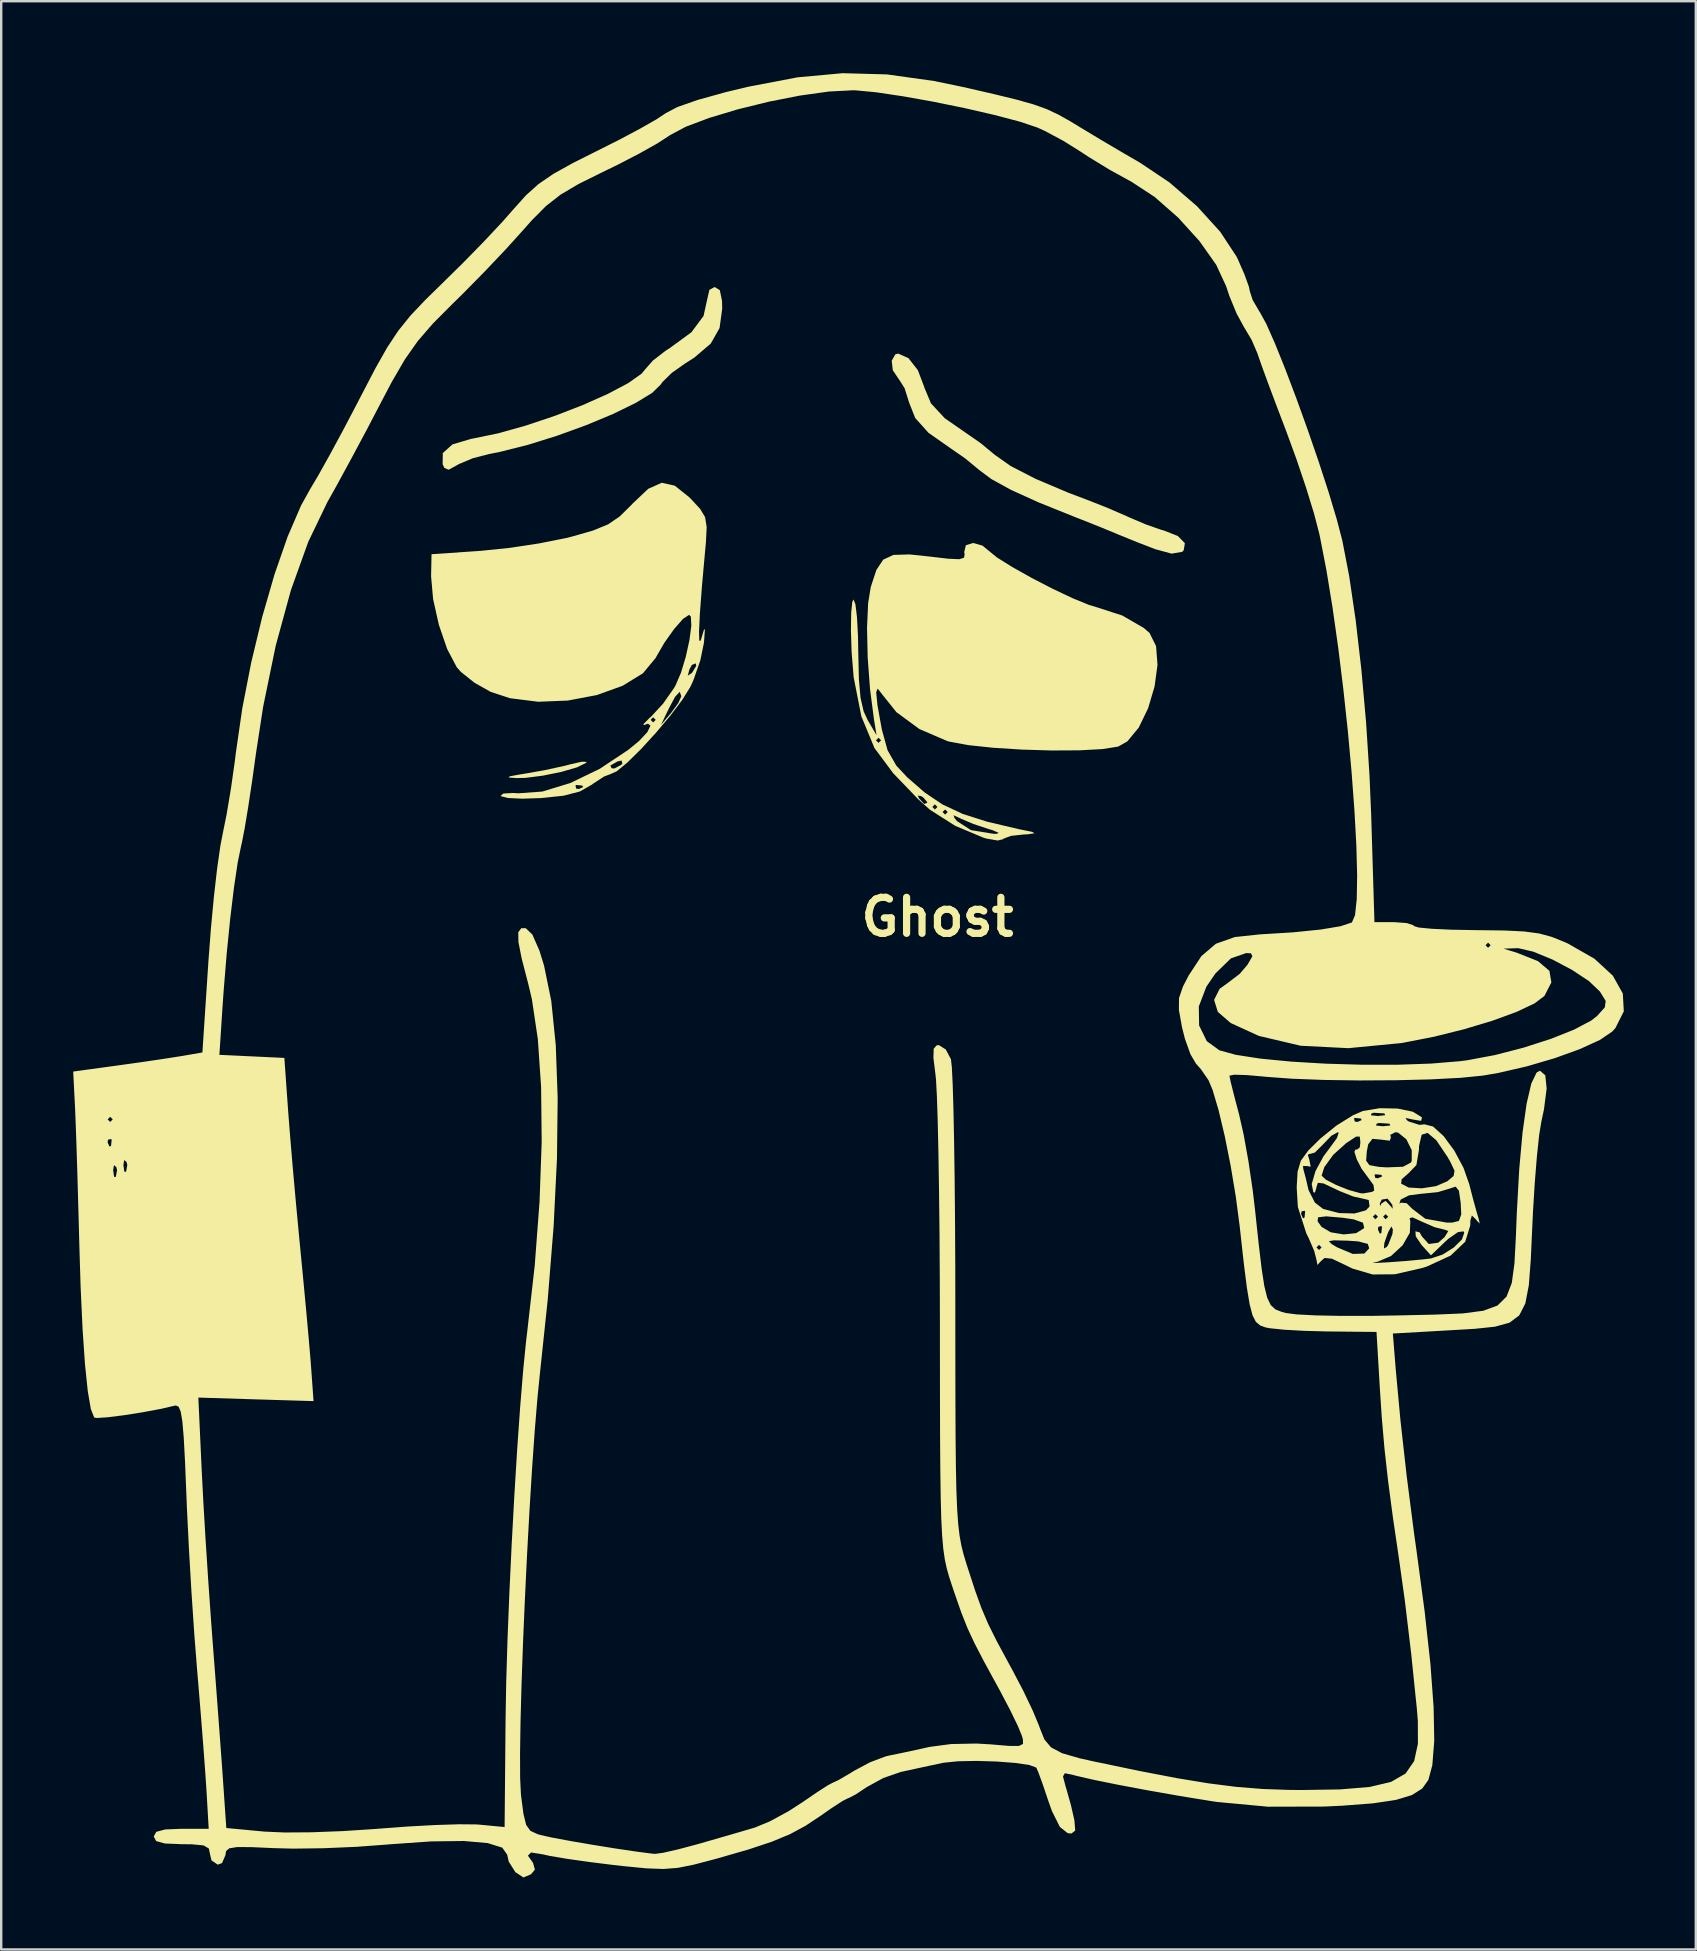
<source format=kicad_pcb>
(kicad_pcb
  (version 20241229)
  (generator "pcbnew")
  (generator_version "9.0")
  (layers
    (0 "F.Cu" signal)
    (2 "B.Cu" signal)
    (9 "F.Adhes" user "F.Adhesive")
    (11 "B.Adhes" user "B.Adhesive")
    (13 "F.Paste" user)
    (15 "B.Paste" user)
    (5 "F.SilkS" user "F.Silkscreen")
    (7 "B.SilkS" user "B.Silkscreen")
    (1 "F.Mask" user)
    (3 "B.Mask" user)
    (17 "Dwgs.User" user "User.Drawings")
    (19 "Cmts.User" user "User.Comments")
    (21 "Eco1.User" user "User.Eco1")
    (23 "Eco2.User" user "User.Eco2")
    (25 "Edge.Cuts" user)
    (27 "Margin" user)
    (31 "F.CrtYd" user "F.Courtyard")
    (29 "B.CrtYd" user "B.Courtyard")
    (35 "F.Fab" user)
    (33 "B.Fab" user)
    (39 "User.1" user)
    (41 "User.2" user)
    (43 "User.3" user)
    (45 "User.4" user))
  (footprint "Ghost"
    (layer "F.Cu")
    (at 36.013 35.163)
    (property "Reference" "Ghost" (at 0 0 0) (layer "F.SilkS") (effects (font (size 1.5 1.5) (thickness 0.3))))
    (attr board_only exclude_from_pos_files exclude_from_bom)
    (fp_poly (pts (xy -14.618 -6.464) (xy -14.639 -6.425) (xy -15.019 -6.238) (xy -15.67 -6.049) (xy -16.44 -5.892) (xy -17.173 -5.799) (xy -17.544 -5.79) (xy -17.869 -5.816) (xy -17.819 -5.865) (xy -17.371 -5.947) (xy -17.182 -5.976) (xy -16.346 -6.124) (xy -15.521 -6.305) (xy -15.28 -6.369) (xy -14.812 -6.474)) (stroke (width 0) (type solid)) (fill yes) (layer "F.SilkS"))
    (fp_poly (pts (xy -9.069 -26.123) (xy -8.977 -25.682) (xy -8.969 -25.347) (xy -9.079 -24.543) (xy -9.445 -23.897) (xy -10.134 -23.309) (xy -10.515 -23.067) (xy -11.066 -22.678) (xy -11.462 -22.292) (xy -11.529 -22.192) (xy -11.885 -21.843) (xy -12.574 -21.423) (xy -13.518 -20.963) (xy -14.635 -20.497) (xy -15.846 -20.057) (xy -17.071 -19.675) (xy -18.23 -19.383) (xy -18.676 -19.296) (xy -19.359 -19.119) (xy -19.936 -18.878) (xy -20.008 -18.835) (xy -20.37 -18.639) (xy -20.548 -18.717) (xy -20.619 -18.87) (xy -20.611 -19.336) (xy -20.208 -19.695) (xy -19.433 -19.926) (xy -19.366 -19.937) (xy -18.318 -20.153) (xy -17.149 -20.48) (xy -15.939 -20.886) (xy -14.77 -21.338) (xy -13.725 -21.804) (xy -12.883 -22.25) (xy -12.328 -22.643) (xy -12.17 -22.833) (xy -11.858 -23.187) (xy -11.338 -23.591) (xy -11.155 -23.707) (xy -10.251 -24.369) (xy -9.746 -25.048) (xy -9.61 -25.667) (xy -9.503 -26.135) (xy -9.285 -26.254)) (stroke (width 0) (type solid)) (fill yes) (layer "F.SilkS"))
    (fp_poly (pts (xy -1.206 -23.287) (xy -0.816 -22.787) (xy -0.553 -22.097) (xy -0.546 -22.065) (xy -0.269 -21.403) (xy 0.305 -20.785) (xy 1.174 -20.182) (xy 1.801 -19.748) (xy 2.388 -19.262) (xy 3.049 -18.795) (xy 4.088 -18.26) (xy 5.464 -17.677) (xy 6.297 -17.362) (xy 7.079 -17.054) (xy 7.89 -16.702) (xy 8.004 -16.649) (xy 8.684 -16.36) (xy 9.31 -16.141) (xy 9.436 -16.107) (xy 10.017 -15.878) (xy 10.311 -15.578) (xy 10.26 -15.278) (xy 10.195 -15.217) (xy 9.757 -15.143) (xy 9.071 -15.33) (xy 8.31 -15.625) (xy 7.562 -15.929) (xy 7.471 -15.968) (xy 6.787 -16.25) (xy 5.992 -16.566) (xy 5.763 -16.655) (xy 4.229 -17.272) (xy 3.069 -17.798) (xy 2.245 -18.251) (xy 1.748 -18.622) (xy 1.149 -19.116) (xy 0.534 -19.542) (xy -0.374 -20.178) (xy -0.927 -20.795) (xy -1.191 -21.465) (xy -1.193 -21.478) (xy -1.37 -22.04) (xy -1.615 -22.423) (xy -1.623 -22.43) (xy -1.861 -22.787) (xy -1.905 -23.184) (xy -1.754 -23.449) (xy -1.634 -23.479)) (stroke (width 0) (type solid)) (fill yes) (layer "F.SilkS"))
    (fp_poly (pts (xy 1.878 -15.477) (xy 2.127 -15.271) (xy 2.48 -14.984) (xy 3.117 -14.585) (xy 3.928 -14.13) (xy 4.804 -13.677) (xy 5.638 -13.283) (xy 6.319 -13.005) (xy 6.617 -12.916) (xy 7.704 -12.564) (xy 8.595 -12.048) (xy 8.838 -11.836) (xy 9.11 -11.291) (xy 9.17 -10.51) (xy 9.048 -9.608) (xy 8.778 -8.699) (xy 8.39 -7.898) (xy 7.915 -7.32) (xy 7.529 -7.102) (xy 6.873 -6.999) (xy 5.908 -6.947) (xy 4.75 -6.941) (xy 3.515 -6.978) (xy 2.318 -7.054) (xy 1.274 -7.165) (xy 0.499 -7.309) (xy 0.405 -7.335) (xy -0.753 -7.834) (xy -1.71 -8.538) (xy -2.308 -9.285) (xy -2.489 -9.52) (xy -2.553 -9.369) (xy -2.499 -8.823) (xy -2.328 -7.875) (xy -2.316 -7.814) (xy -2.079 -6.951) (xy -1.713 -6.31) (xy -1.269 -5.833) (xy -0.529 -5.188) (xy 0.211 -4.691) (xy 1.048 -4.299) (xy 2.081 -3.97) (xy 3.407 -3.659) (xy 3.949 -3.549) (xy 4.044 -3.491) (xy 3.769 -3.448) (xy 3.593 -3.44) (xy 3.063 -3.382) (xy 2.759 -3.269) (xy 2.739 -3.244) (xy 2.512 -3.189) (xy 2.042 -3.27) (xy 1.921 -3.306) (xy 0.744 -3.799) (xy 0.046 -4.243) (xy 0.672 -4.243) (xy 0.709 -4.129) (xy 0.816 -3.996) (xy 1.396 -3.622) (xy 2.338 -3.469) (xy 2.455 -3.466) (xy 2.557 -3.507) (xy 2.297 -3.62) (xy 2.134 -3.668) (xy 1.5 -3.877) (xy 0.982 -4.097) (xy 0.961 -4.108) (xy 0.672 -4.243) (xy 0.046 -4.243) (xy -0.162 -4.376) (xy 0.213 -4.376) (xy 0.32 -4.269) (xy 0.427 -4.376) (xy 0.32 -4.482) (xy 0.213 -4.376) (xy -0.162 -4.376) (xy -0.309 -4.469) (xy -0.444 -4.589) (xy -0.213 -4.589) (xy -0.107 -4.482) (xy 0 -4.589) (xy -0.107 -4.696) (xy -0.213 -4.589) (xy -0.444 -4.589) (xy -0.803 -4.909) (xy -0.949 -5.062) (xy -0.819 -5.062) (xy -0.767 -4.942) (xy -0.553 -4.713) (xy -0.429 -4.76) (xy -0.427 -4.79) (xy -0.578 -4.97) (xy -0.673 -5.036) (xy -0.819 -5.062) (xy -0.949 -5.062) (xy -1.335 -5.464) (xy -1.84 -5.988) (xy -2.626 -7.045) (xy -2.757 -7.364) (xy -2.561 -7.364) (xy -2.455 -7.257) (xy -2.348 -7.364) (xy -2.455 -7.471) (xy -2.561 -7.364) (xy -2.757 -7.364) (xy -3.171 -8.364) (xy -3.491 -9.989) (xy -3.577 -11.046) (xy -3.605 -11.953) (xy -3.594 -12.676) (xy -3.549 -13.127) (xy -3.496 -13.233) (xy -3.418 -13.033) (xy -3.353 -12.497) (xy -3.311 -11.712) (xy -3.299 -11.045) (xy -3.274 -9.922) (xy -3.205 -9.13) (xy -3.076 -8.574) (xy -2.913 -8.218) (xy -2.538 -7.577) (xy -2.647 -8.252) (xy -2.811 -9.519) (xy -2.907 -10.822) (xy -2.934 -12.046) (xy -2.889 -13.075) (xy -2.778 -13.755) (xy -2.544 -14.463) (xy -2.26 -14.892) (xy -1.832 -15.09) (xy -1.162 -15.11) (xy -0.344 -15.024) (xy 0.453 -14.931) (xy 0.91 -14.911) (xy 1.109 -14.973) (xy 1.133 -15.128) (xy 1.116 -15.204) (xy 1.183 -15.493) (xy 1.487 -15.588)) (stroke (width 0) (type solid)) (fill yes) (layer "F.SilkS"))
    (fp_poly (pts (xy -10.945 -17.975) (xy -10.337 -17.489) (xy -10.258 -17.408) (xy -9.884 -17.002) (xy -9.682 -16.664) (xy -9.616 -16.251) (xy -9.647 -15.622) (xy -9.684 -15.221) (xy -9.814 -13.775) (xy -9.898 -12.662) (xy -9.935 -11.9) (xy -9.924 -11.513) (xy -9.866 -11.52) (xy -9.83 -11.633) (xy -9.725 -11.988) (xy -9.691 -11.975) (xy -9.719 -11.569) (xy -9.732 -11.419) (xy -9.881 -10.695) (xy -10.164 -9.882) (xy -10.294 -9.596) (xy -10.628 -9.056) (xy -11.132 -8.389) (xy -11.732 -7.676) (xy -12.354 -6.997) (xy -12.925 -6.435) (xy -13.369 -6.071) (xy -13.578 -5.977) (xy -13.895 -5.854) (xy -14.351 -5.555) (xy -14.402 -5.516) (xy -14.899 -5.232) (xy -15.585 -5.055) (xy -16.536 -4.956) (xy -17.307 -4.932) (xy -17.898 -4.961) (xy -18.193 -5.036) (xy -18.203 -5.047) (xy -18.093 -5.147) (xy -17.676 -5.17) (xy -17.471 -5.156) (xy -16.465 -5.229) (xy -15.647 -5.478) (xy -15.083 -5.478) (xy -15.054 -5.352) (xy -14.941 -5.336) (xy -14.765 -5.414) (xy -14.799 -5.478) (xy -15.052 -5.504) (xy -15.083 -5.478) (xy -15.647 -5.478) (xy -15.294 -5.586) (xy -14.063 -6.182) (xy -13.867 -6.313) (xy -13.63 -6.313) (xy -13.579 -6.201) (xy -13.46 -6.19) (xy -13.17 -6.345) (xy -13.128 -6.401) (xy -13.163 -6.522) (xy -13.329 -6.485) (xy -13.63 -6.313) (xy -13.867 -6.313) (xy -12.879 -6.97) (xy -12.433 -7.337) (xy -12.09 -7.704) (xy -11.957 -7.974) (xy -11.995 -8.004) (xy -11.522 -8.004) (xy -11.097 -8.508) (xy -10.796 -8.921) (xy -10.672 -9.202) (xy -10.739 -9.386) (xy -10.933 -9.176) (xy -11.188 -8.698) (xy -11.522 -8.004) (xy -11.995 -8.004) (xy -12.063 -8.059) (xy -12.22 -8.001) (xy -12.259 -8.03) (xy -12.075 -8.218) (xy -11.953 -8.218) (xy -11.846 -8.111) (xy -11.739 -8.218) (xy -11.846 -8.324) (xy -11.953 -8.218) (xy -12.075 -8.218) (xy -12.025 -8.269) (xy -11.92 -8.362) (xy -11.436 -8.888) (xy -10.978 -9.54) (xy -10.915 -9.65) (xy -10.739 -10.059) (xy -10.403 -10.059) (xy -10.247 -10.161) (xy -10.219 -10.188) (xy -10.05 -10.468) (xy -10.073 -10.571) (xy -10.232 -10.507) (xy -10.338 -10.308) (xy -10.403 -10.059) (xy -10.739 -10.059) (xy -10.685 -10.184) (xy -10.484 -10.855) (xy -10.333 -11.545) (xy -10.256 -12.139) (xy -10.275 -12.518) (xy -10.347 -12.593) (xy -10.601 -12.426) (xy -10.974 -12) (xy -11.379 -11.429) (xy -11.726 -10.828) (xy -11.74 -10.799) (xy -12.272 -10.157) (xy -13.124 -9.634) (xy -14.199 -9.249) (xy -15.402 -9.021) (xy -16.637 -8.971) (xy -17.809 -9.118) (xy -18.612 -9.381) (xy -19.293 -9.764) (xy -19.861 -10.218) (xy -20.033 -10.415) (xy -20.432 -11.174) (xy -20.776 -12.178) (xy -21.016 -13.249) (xy -21.1 -14.204) (xy -21.099 -14.229) (xy -21.081 -15.119) (xy -19.025 -15.26) (xy -17.862 -15.379) (xy -16.61 -15.567) (xy -15.497 -15.788) (xy -15.261 -15.846) (xy -14.353 -16.105) (xy -13.725 -16.363) (xy -13.239 -16.693) (xy -12.757 -17.17) (xy -12.715 -17.217) (xy -12.051 -17.845) (xy -11.489 -18.096)) (stroke (width 0) (type solid)) (fill yes) (layer "F.SilkS"))
    (fp_poly (pts (xy 19.176 7.98) (xy 19.81 8.112) (xy 20.182 8.343) (xy 20.19 8.356) (xy 20.154 8.492) (xy 19.824 8.44) (xy 19.506 8.371) (xy 19.56 8.463) (xy 19.637 8.519) (xy 20.086 8.66) (xy 20.293 8.637) (xy 20.652 8.729) (xy 21.09 9.126) (xy 21.538 9.733) (xy 21.923 10.455) (xy 22.158 11.125) (xy 22.334 11.806) (xy 22.49 12.365) (xy 22.535 12.512) (xy 22.6 12.771) (xy 22.48 12.655) (xy 22.435 12.593) (xy 22.27 12.437) (xy 22.208 12.638) (xy 22.202 12.852) (xy 21.992 13.531) (xy 21.384 14.107) (xy 20.397 14.562) (xy 20.193 14.626) (xy 19.056 14.886) (xy 18.134 14.894) (xy 17.291 14.647) (xy 16.989 14.498) (xy 16.793 14.405) (xy 18.12 14.405) (xy 18.311 14.411) (xy 18.783 14.387) (xy 19.572 14.328) (xy 20.282 14.261) (xy 20.564 14.227) (xy 21.05 14.065) (xy 21.518 13.769) (xy 21.856 13.434) (xy 21.952 13.154) (xy 21.917 13.095) (xy 21.686 13.131) (xy 21.293 13.405) (xy 21.166 13.52) (xy 20.565 14.096) (xy 20.173 13.664) (xy 19.931 13.305) (xy 19.918 13.095) (xy 20.092 13.14) (xy 20.188 13.31) (xy 20.472 13.624) (xy 20.868 13.57) (xy 21.131 13.34) (xy 21.287 13.086) (xy 21.115 13.019) (xy 21.104 13.019) (xy 20.717 12.924) (xy 20.202 12.7) (xy 19.795 12.514) (xy 19.673 12.552) (xy 19.704 12.673) (xy 19.686 13.154) (xy 19.382 13.681) (xy 18.899 14.126) (xy 18.34 14.363) (xy 18.314 14.367) (xy 18.12 14.405) (xy 16.793 14.405) (xy 16.441 14.238) (xy 16.133 14.205) (xy 15.981 14.337) (xy 15.833 14.497) (xy 15.798 14.298) (xy 15.7 13.914) (xy 15.637 13.767) (xy 15.795 13.767) (xy 15.902 13.874) (xy 16.008 13.767) (xy 15.902 13.661) (xy 15.795 13.767) (xy 15.637 13.767) (xy 15.524 13.506) (xy 16.31 13.506) (xy 16.422 13.623) (xy 16.649 13.76) (xy 17.308 14.038) (xy 17.788 14.022) (xy 17.985 13.813) (xy 18.603 13.813) (xy 18.723 13.747) (xy 18.783 13.661) (xy 18.96 13.205) (xy 18.978 13.02) (xy 18.917 12.893) (xy 18.783 13.127) (xy 18.623 13.579) (xy 18.603 13.813) (xy 17.985 13.813) (xy 17.992 13.806) (xy 17.933 13.619) (xy 17.54 13.517) (xy 17.107 13.486) (xy 16.521 13.471) (xy 16.31 13.506) (xy 15.524 13.506) (xy 15.459 13.355) (xy 15.372 13.185) (xy 15.208 12.672) (xy 15.838 12.672) (xy 16.004 12.908) (xy 16.388 13.136) (xy 16.928 13.225) (xy 17.447 13.172) (xy 17.692 13.02) (xy 18.356 13.02) (xy 18.434 13.196) (xy 18.499 13.162) (xy 18.524 12.909) (xy 18.499 12.878) (xy 18.372 12.907) (xy 18.356 13.02) (xy 17.692 13.02) (xy 17.766 12.974) (xy 17.783 12.939) (xy 17.73 12.736) (xy 17.346 12.598) (xy 16.899 12.532) (xy 16.374 12.487) (xy 18.143 12.487) (xy 18.25 12.593) (xy 18.356 12.487) (xy 18.57 12.487) (xy 18.676 12.593) (xy 18.783 12.487) (xy 18.676 12.38) (xy 18.57 12.487) (xy 18.356 12.487) (xy 18.25 12.38) (xy 18.143 12.487) (xy 16.374 12.487) (xy 16.199 12.472) (xy 15.864 12.511) (xy 15.838 12.672) (xy 15.208 12.672) (xy 15.114 12.38) (xy 15.155 12.38) (xy 15.233 12.556) (xy 15.297 12.522) (xy 15.322 12.269) (xy 15.297 12.238) (xy 15.17 12.267) (xy 15.155 12.38) (xy 15.114 12.38) (xy 15.019 12.083) (xy 14.97 11.267) (xy 15.007 10.613) (xy 15.078 10.372) (xy 15.232 10.372) (xy 15.246 10.501) (xy 15.355 10.909) (xy 15.463 11.375) (xy 15.726 11.896) (xy 16.068 12.162) (xy 16.734 12.335) (xy 17.378 12.352) (xy 17.854 12.221) (xy 18.007 12.06) (xy 17.991 11.942) (xy 18.431 11.942) (xy 18.445 12.041) (xy 18.505 11.934) (xy 18.674 11.827) (xy 18.825 11.982) (xy 18.974 12.156) (xy 18.954 11.99) (xy 18.919 11.944) (xy 19.249 11.944) (xy 19.317 11.901) (xy 19.554 11.926) (xy 19.78 12.153) (xy 20.329 12.572) (xy 21.213 12.731) (xy 21.453 12.732) (xy 21.73 12.663) (xy 21.827 12.394) (xy 21.804 11.915) (xy 21.729 11.403) (xy 21.593 11.233) (xy 21.337 11.317) (xy 20.855 11.462) (xy 20.226 11.526) (xy 20.197 11.526) (xy 19.654 11.596) (xy 19.314 11.766) (xy 19.295 11.793) (xy 19.249 11.944) (xy 18.919 11.944) (xy 18.758 11.735) (xy 18.514 11.773) (xy 18.431 11.942) (xy 17.991 11.942) (xy 17.971 11.791) (xy 17.754 11.739) (xy 17.331 11.646) (xy 16.747 11.413) (xy 16.587 11.336) (xy 16.086 11.101) (xy 15.854 11.073) (xy 15.795 11.243) (xy 15.795 11.264) (xy 15.731 11.485) (xy 15.663 11.465) (xy 15.596 11.126) (xy 15.698 10.775) (xy 16.008 10.775) (xy 16.187 10.944) (xy 16.618 11.167) (xy 17.145 11.376) (xy 17.611 11.504) (xy 17.734 11.518) (xy 18.109 11.453) (xy 18.201 11.397) (xy 18.17 11.167) (xy 18.129 11.11) (xy 19.323 11.11) (xy 19.639 11.272) (xy 20.182 11.304) (xy 20.777 11.213) (xy 21.248 11.01) (xy 21.25 11.008) (xy 21.508 10.79) (xy 21.547 10.571) (xy 21.368 10.193) (xy 21.254 9.994) (xy 20.788 9.302) (xy 20.423 8.993) (xy 20.178 9.071) (xy 20.068 9.541) (xy 20.064 9.704) (xy 19.958 10.335) (xy 19.631 10.675) (xy 19.343 10.929) (xy 19.323 11.11) (xy 18.129 11.11) (xy 17.937 10.844) (xy 17.862 10.743) (xy 18.214 10.743) (xy 18.243 10.87) (xy 18.356 10.886) (xy 18.532 10.808) (xy 18.499 10.743) (xy 18.245 10.718) (xy 18.214 10.743) (xy 17.862 10.743) (xy 17.675 10.489) (xy 17.502 10.152) (xy 17.863 10.152) (xy 18 10.339) (xy 18.408 10.412) (xy 18.722 10.431) (xy 19.398 10.406) (xy 19.73 10.229) (xy 19.763 10.165) (xy 19.763 9.715) (xy 19.538 9.259) (xy 19.196 8.984) (xy 19.083 8.965) (xy 18.871 9.074) (xy 18.895 9.187) (xy 18.848 9.32) (xy 18.508 9.277) (xy 18.125 9.242) (xy 17.949 9.471) (xy 17.892 9.764) (xy 17.863 10.152) (xy 17.502 10.152) (xy 17.471 10.091) (xy 17.373 9.778) (xy 17.433 9.675) (xy 17.477 9.696) (xy 17.598 9.601) (xy 17.624 9.394) (xy 17.598 9.149) (xy 17.448 9.147) (xy 17.07 9.396) (xy 17.029 9.424) (xy 16.496 9.904) (xy 16.12 10.422) (xy 16.008 10.775) (xy 15.698 10.775) (xy 15.754 10.584) (xy 16.091 9.964) (xy 16.347 9.621) (xy 16.642 9.217) (xy 16.72 8.986) (xy 16.683 8.965) (xy 16.411 9.117) (xy 16.057 9.485) (xy 16.052 9.491) (xy 15.727 9.813) (xy 15.5 9.878) (xy 15.492 9.871) (xy 15.436 9.91) (xy 15.5 10.127) (xy 15.553 10.404) (xy 15.407 10.376) (xy 15.232 10.372) (xy 15.078 10.372) (xy 15.142 10.154) (xy 15.452 9.729) (xy 15.957 9.231) (xy 16.622 8.692) (xy 16.628 8.688) (xy 18.276 8.688) (xy 18.57 8.718) (xy 18.873 8.684) (xy 18.837 8.61) (xy 18.4 8.582) (xy 18.303 8.61) (xy 18.276 8.688) (xy 16.628 8.688) (xy 17.097 8.396) (xy 17.36 8.396) (xy 17.39 8.522) (xy 17.503 8.538) (xy 17.678 8.46) (xy 17.645 8.396) (xy 17.392 8.37) (xy 17.36 8.396) (xy 17.097 8.396) (xy 17.313 8.261) (xy 18.063 8.261) (xy 18.356 8.291) (xy 18.659 8.257) (xy 18.623 8.183) (xy 18.186 8.155) (xy 18.089 8.183) (xy 18.063 8.261) (xy 17.313 8.261) (xy 17.316 8.259) (xy 17.726 8.083) (xy 18.431 7.965)) (stroke (width 0) (type solid)) (fill yes) (layer "F.SilkS"))
    (fp_poly (pts (xy -2.108 -35.113) (xy -0.147 -34.839) (xy 1.067 -34.587) (xy 2.347 -34.294) (xy 3.296 -34.062) (xy 4.003 -33.863) (xy 4.553 -33.666) (xy 5.033 -33.441) (xy 5.531 -33.161) (xy 5.87 -32.955) (xy 6.782 -32.405) (xy 7.791 -31.81) (xy 8.431 -31.44) (xy 9.666 -30.613) (xy 10.817 -29.618) (xy 11.782 -28.557) (xy 12.459 -27.529) (xy 12.509 -27.428) (xy 12.792 -26.783) (xy 12.977 -26.269) (xy 13.018 -26.073) (xy 13.136 -25.711) (xy 13.419 -25.226) (xy 13.439 -25.198) (xy 13.701 -24.721) (xy 14.059 -23.914) (xy 14.485 -22.856) (xy 14.951 -21.628) (xy 15.427 -20.308) (xy 15.886 -18.975) (xy 16.299 -17.708) (xy 16.636 -16.586) (xy 16.871 -15.689) (xy 16.871 -15.688) (xy 17.16 -14.193) (xy 17.428 -12.368) (xy 17.665 -10.31) (xy 17.861 -8.116) (xy 18.005 -5.882) (xy 18.075 -4.216) (xy 18.21 0.213) (xy 19.03 0.213) (xy 19.552 0.25) (xy 19.834 0.342) (xy 19.851 0.374) (xy 20.05 0.436) (xy 20.595 0.489) (xy 21.404 0.527) (xy 22.395 0.545) (xy 22.465 0.546) (xy 23.614 0.56) (xy 24.447 0.601) (xy 25.072 0.684) (xy 25.6 0.827) (xy 26.14 1.045) (xy 26.273 1.105) (xy 27.376 1.736) (xy 28.144 2.443) (xy 28.559 3.187) (xy 28.601 3.928) (xy 28.25 4.628) (xy 28.117 4.773) (xy 27.604 5.121) (xy 26.771 5.502) (xy 25.722 5.881) (xy 24.558 6.223) (xy 23.382 6.494) (xy 22.726 6.607) (xy 21.8 6.699) (xy 20.562 6.764) (xy 19.127 6.8) (xy 17.607 6.809) (xy 16.118 6.788) (xy 14.774 6.737) (xy 13.687 6.657) (xy 13.607 6.648) (xy 12.888 6.585) (xy 12.372 6.57) (xy 12.167 6.608) (xy 12.166 6.61) (xy 12.218 6.862) (xy 12.355 7.411) (xy 12.548 8.145) (xy 12.569 8.222) (xy 12.762 9.076) (xy 12.961 10.189) (xy 13.138 11.392) (xy 13.23 12.166) (xy 13.382 13.581) (xy 13.506 14.631) (xy 13.62 15.373) (xy 13.742 15.867) (xy 13.89 16.171) (xy 14.079 16.346) (xy 14.33 16.448) (xy 14.519 16.5) (xy 14.97 16.558) (xy 15.762 16.599) (xy 16.813 16.62) (xy 18.035 16.62) (xy 19.168 16.601) (xy 20.716 16.567) (xy 21.892 16.517) (xy 22.748 16.405) (xy 23.338 16.187) (xy 23.715 15.816) (xy 23.933 15.246) (xy 24.044 14.432) (xy 24.103 13.328) (xy 24.142 12.324) (xy 24.244 10.495) (xy 24.382 8.969) (xy 24.551 7.774) (xy 24.747 6.935) (xy 24.966 6.481) (xy 25.108 6.403) (xy 25.329 6.594) (xy 25.385 7.145) (xy 25.273 8.02) (xy 25.162 8.538) (xy 25.073 9.089) (xy 24.98 9.965) (xy 24.891 11.064) (xy 24.816 12.283) (xy 24.789 12.859) (xy 24.724 14.289) (xy 24.642 15.35) (xy 24.497 16.101) (xy 24.244 16.599) (xy 23.837 16.903) (xy 23.232 17.07) (xy 22.383 17.159) (xy 21.38 17.218) (xy 18.977 17.355) (xy 19.099 18.87) (xy 19.293 20.967) (xy 19.554 23.297) (xy 19.86 25.675) (xy 19.957 26.361) (xy 20.303 28.948) (xy 20.543 31.131) (xy 20.675 32.919) (xy 20.702 34.319) (xy 20.622 35.342) (xy 20.457 35.955) (xy 20.201 36.315) (xy 19.769 36.588) (xy 19.104 36.789) (xy 18.15 36.932) (xy 16.852 37.031) (xy 16.115 37.066) (xy 13.773 37.072) (xy 11.639 36.873) (xy 11.419 36.84) (xy 10.095 36.624) (xy 8.769 36.391) (xy 7.54 36.16) (xy 6.506 35.95) (xy 5.765 35.779) (xy 5.611 35.737) (xy 5.307 35.677) (xy 5.232 35.812) (xy 5.344 36.241) (xy 5.368 36.316) (xy 5.564 37.01) (xy 5.707 37.641) (xy 5.741 38.066) (xy 5.584 38.19) (xy 5.426 38.173) (xy 5.102 37.915) (xy 4.771 37.253) (xy 4.616 36.818) (xy 4.387 36.138) (xy 4.205 35.638) (xy 4.119 35.442) (xy 3.831 35.334) (xy 3.239 35.248) (xy 2.463 35.189) (xy 1.627 35.164) (xy 0.853 35.179) (xy 0.261 35.239) (xy 0.213 35.248) (xy -0.584 35.419) (xy -1.362 35.588) (xy -1.521 35.622) (xy -2.255 35.876) (xy -2.938 36.25) (xy -2.941 36.252) (xy -3.394 36.553) (xy -3.687 36.707) (xy -3.714 36.713) (xy -3.943 36.828) (xy -4.403 37.125) (xy -4.855 37.441) (xy -5.492 37.865) (xy -6.144 38.217) (xy -6.909 38.534) (xy -7.883 38.857) (xy -9.165 39.226) (xy -9.363 39.28) (xy -10.181 39.494) (xy -10.823 39.621) (xy -11.426 39.667) (xy -12.129 39.641) (xy -13.068 39.549) (xy -13.489 39.502) (xy -14.511 39.375) (xy -15.434 39.244) (xy -16.14 39.125) (xy -16.452 39.056) (xy -16.935 38.979) (xy -17.065 39.112) (xy -16.853 39.411) (xy -16.774 39.694) (xy -16.937 39.888) (xy -17.252 40.02) (xy -17.587 39.8) (xy -17.865 39.358) (xy -17.929 39.07) (xy -18.135 38.778) (xy -18.741 38.588) (xy -19.734 38.501) (xy -21.101 38.518) (xy -22.827 38.639) (xy -22.937 38.649) (xy -24.216 38.744) (xy -25.578 38.802) (xy -26.843 38.819) (xy -27.655 38.798) (xy -28.593 38.756) (xy -29.185 38.754) (xy -29.509 38.806) (xy -29.644 38.922) (xy -29.669 39.09) (xy -29.811 39.42) (xy -29.989 39.487) (xy -30.25 39.309) (xy -30.309 39.061) (xy -30.36 38.814) (xy -30.581 38.685) (xy -31.071 38.638) (xy -31.483 38.634) (xy -32.191 38.605) (xy -32.556 38.504) (xy -32.657 38.313) (xy -32.55 38.118) (xy -32.173 38.019) (xy -31.512 37.993) (xy -30.366 37.993) (xy -30.456 36.446) (xy -30.507 35.684) (xy -30.586 34.615) (xy -30.685 33.356) (xy -30.794 32.023) (xy -30.849 31.376) (xy -30.968 29.862) (xy -31.086 28.106) (xy -31.192 26.293) (xy -31.275 24.608) (xy -31.297 24.062) (xy -31.353 22.696) (xy -31.406 21.702) (xy -31.463 21.025) (xy -31.532 20.611) (xy -31.62 20.405) (xy -31.733 20.353) (xy -31.782 20.361) (xy -32.389 20.5) (xy -33.137 20.639) (xy -33.905 20.76) (xy -34.574 20.844) (xy -35.022 20.874) (xy -35.137 20.857) (xy -35.277 20.504) (xy -35.36 20.024) (xy -30.798 20.024) (xy -30.657 23.086) (xy -30.59 24.365) (xy -30.498 25.918) (xy -30.389 27.596) (xy -30.273 29.247) (xy -30.202 30.203) (xy -30.092 31.631) (xy -29.984 33.059) (xy -29.886 34.375) (xy -29.806 35.467) (xy -29.761 36.109) (xy -29.633 37.96) (xy -28.049 38.109) (xy -27.215 38.146) (xy -26.086 38.138) (xy -24.793 38.089) (xy -23.466 38.003) (xy -23.293 37.989) (xy -22.076 37.898) (xy -20.92 37.835) (xy -19.934 37.804) (xy -19.229 37.81) (xy -19.079 37.82) (xy -18.036 37.92) (xy -17.996 33.421) (xy -17.969 31.864) (xy -17.914 30.075) (xy -17.836 28.131) (xy -17.74 26.112) (xy -17.63 24.096) (xy -17.511 22.163) (xy -17.386 20.39) (xy -17.26 18.858) (xy -17.138 17.644) (xy -17.095 17.289) (xy -16.781 14.522) (xy -16.58 11.863) (xy -16.491 9.368) (xy -16.515 7.092) (xy -16.651 5.09) (xy -16.9 3.419) (xy -17.053 2.775) (xy -17.324 1.731) (xy -17.461 1.036) (xy -17.466 0.633) (xy -17.342 0.466) (xy -17.155 0.465) (xy -16.881 0.727) (xy -16.585 1.4) (xy -16.391 2.028) (xy -16.092 3.492) (xy -15.904 5.339) (xy -15.825 7.538) (xy -15.854 10.06) (xy -15.993 12.874) (xy -16.24 15.95) (xy -16.551 18.89) (xy -16.665 20.006) (xy -16.78 21.398) (xy -16.893 23.001) (xy -17.001 24.754) (xy -17.102 26.592) (xy -17.192 28.453) (xy -17.27 30.272) (xy -17.331 31.988) (xy -17.373 33.537) (xy -17.393 34.856) (xy -17.389 35.881) (xy -17.357 36.549) (xy -17.353 36.591) (xy -17.251 37.372) (xy -17.137 37.833) (xy -16.96 38.078) (xy -16.667 38.214) (xy -16.542 38.251) (xy -16.088 38.353) (xy -15.338 38.493) (xy -14.421 38.651) (xy -13.464 38.806) (xy -12.593 38.936) (xy -11.937 39.022) (xy -11.773 39.038) (xy -11.437 38.993) (xy -10.82 38.853) (xy -10.047 38.648) (xy -9.958 38.623) (xy -9.068 38.367) (xy -8.217 38.12) (xy -7.605 37.94) (xy -6.981 37.681) (xy -6.21 37.262) (xy -5.622 36.884) (xy -5.019 36.471) (xy -4.565 36.179) (xy -4.362 36.072) (xy -4.136 35.969) (xy -3.685 35.707) (xy -3.464 35.57) (xy -2.804 35.219) (xy -2.16 34.976) (xy -2.028 34.944) (xy -1.429 34.821) (xy -0.658 34.654) (xy -0.32 34.579) (xy 0.567 34.461) (xy 1.626 34.44) (xy 2.207 34.473) (xy 2.973 34.538) (xy 3.398 34.54) (xy 3.566 34.456) (xy 3.56 34.263) (xy 3.517 34.113) (xy 3.347 33.7) (xy 3.026 33.039) (xy 2.614 32.254) (xy 2.484 32.017) (xy 1.937 31.016) (xy 1.545 30.26) (xy 1.249 29.623) (xy 0.993 28.979) (xy 0.721 28.2) (xy 0.605 27.855) (xy 0.485 27.486) (xy 0.386 27.136) (xy 0.306 26.762) (xy 0.243 26.321) (xy 0.195 25.767) (xy 0.159 25.059) (xy 0.135 24.153) (xy 0.119 23.004) (xy 0.109 21.57) (xy 0.105 19.808) (xy 0.103 17.672) (xy 0.103 17.076) (xy 0.098 15.075) (xy 0.086 13.165) (xy 0.066 11.397) (xy 0.041 9.823) (xy 0.011 8.493) (xy -0.023 7.46) (xy -0.06 6.774) (xy -0.082 6.563) (xy -0.168 5.864) (xy -0.156 5.489) (xy -0.036 5.348) (xy 0.059 5.336) (xy 0.347 5.518) (xy 0.562 5.923) (xy 0.6 6.255) (xy 0.635 6.967) (xy 0.667 8.013) (xy 0.694 9.346) (xy 0.717 10.921) (xy 0.733 12.69) (xy 0.743 14.608) (xy 0.745 16.008) (xy 0.746 18.27) (xy 0.749 20.148) (xy 0.756 21.685) (xy 0.769 22.926) (xy 0.79 23.912) (xy 0.822 24.688) (xy 0.865 25.297) (xy 0.922 25.781) (xy 0.996 26.184) (xy 1.087 26.55) (xy 1.199 26.922) (xy 1.258 27.108) (xy 1.57 28.064) (xy 1.835 28.801) (xy 2.115 29.456) (xy 2.468 30.167) (xy 2.957 31.073) (xy 3.123 31.376) (xy 3.571 32.231) (xy 3.964 33.052) (xy 4.23 33.69) (xy 4.265 33.792) (xy 4.458 34.271) (xy 4.736 34.601) (xy 5.193 34.843) (xy 5.923 35.054) (xy 6.51 35.185) (xy 8.412 35.581) (xy 9.983 35.883) (xy 11.31 36.101) (xy 12.474 36.248) (xy 13.561 36.334) (xy 14.653 36.372) (xy 15.155 36.377) (xy 16.769 36.352) (xy 18.002 36.25) (xy 18.9 36.039) (xy 19.507 35.69) (xy 19.865 35.17) (xy 20.021 34.449) (xy 20.018 33.498) (xy 19.98 33.02) (xy 19.739 30.678) (xy 19.476 28.481) (xy 19.239 26.787) (xy 18.975 24.987) (xy 18.776 23.481) (xy 18.627 22.143) (xy 18.515 20.85) (xy 18.438 19.69) (xy 18.296 17.289) (xy 16.245 17.268) (xy 15.29 17.243) (xy 14.446 17.196) (xy 13.84 17.133) (xy 13.666 17.099) (xy 13.442 17.016) (xy 13.268 16.867) (xy 13.129 16.594) (xy 13.009 16.137) (xy 12.893 15.439) (xy 12.767 14.44) (xy 12.616 13.081) (xy 12.598 12.913) (xy 12.435 11.666) (xy 12.22 10.373) (xy 11.973 9.134) (xy 11.715 8.047) (xy 11.467 7.21) (xy 11.298 6.804) (xy 10.978 6.339) (xy 10.77 6.105) (xy 10.543 5.717) (xy 10.313 5.075) (xy 10.19 4.588) (xy 10.062 3.874) (xy 10.063 3.726) (xy 10.891 3.726) (xy 10.904 4.517) (xy 11.223 5.171) (xy 11.749 5.553) (xy 12.437 5.742) (xy 13.462 5.9) (xy 14.738 6.024) (xy 16.175 6.11) (xy 17.686 6.154) (xy 19.182 6.154) (xy 20.576 6.106) (xy 21.78 6.006) (xy 22.086 5.966) (xy 23.232 5.751) (xy 24.423 5.443) (xy 25.556 5.078) (xy 26.529 4.691) (xy 27.24 4.315) (xy 27.486 4.123) (xy 27.81 3.763) (xy 27.846 3.496) (xy 27.617 3.123) (xy 27.598 3.096) (xy 27.148 2.669) (xy 26.445 2.203) (xy 25.628 1.771) (xy 24.84 1.446) (xy 24.219 1.3) (xy 24.139 1.299) (xy 23.586 1.317) (xy 24.132 1.483) (xy 25.022 1.836) (xy 25.501 2.242) (xy 25.582 2.724) (xy 25.293 3.287) (xy 24.884 3.597) (xy 24.136 3.95) (xy 23.132 4.318) (xy 21.954 4.673) (xy 20.685 4.989) (xy 19.408 5.238) (xy 19.323 5.252) (xy 17.121 5.464) (xy 15.134 5.363) (xy 13.393 4.953) (xy 12.22 4.416) (xy 11.684 3.953) (xy 11.528 3.452) (xy 11.76 2.989) (xy 12.058 2.776) (xy 12.592 2.37) (xy 12.917 1.992) (xy 13.123 1.636) (xy 13.066 1.512) (xy 12.865 1.501) (xy 12.229 1.722) (xy 11.583 2.351) (xy 11.206 2.903) (xy 10.891 3.726) (xy 10.063 3.726) (xy 10.066 3.376) (xy 10.23 2.896) (xy 10.467 2.438) (xy 11 1.626) (xy 11.531 1.174) (xy 22.839 1.174) (xy 22.945 1.281) (xy 23.052 1.174) (xy 22.945 1.067) (xy 22.839 1.174) (xy 11.531 1.174) (xy 11.603 1.113) (xy 12.392 0.834) (xy 13.439 0.722) (xy 14.821 0.637) (xy 15.96 0.522) (xy 16.795 0.383) (xy 17.265 0.228) (xy 17.271 0.225) (xy 17.401 -0.077) (xy 17.472 -0.747) (xy 17.489 -1.731) (xy 17.456 -2.976) (xy 17.377 -4.427) (xy 17.258 -6.031) (xy 17.103 -7.733) (xy 16.915 -9.48) (xy 16.701 -11.218) (xy 16.464 -12.893) (xy 16.209 -14.452) (xy 15.94 -15.839) (xy 15.908 -15.986) (xy 15.693 -16.811) (xy 15.361 -17.891) (xy 14.958 -19.086) (xy 14.53 -20.255) (xy 14.133 -21.297) (xy 13.781 -22.236) (xy 13.509 -22.98) (xy 13.351 -23.435) (xy 13.337 -23.479) (xy 13.094 -24.046) (xy 12.769 -24.592) (xy 12.469 -25.141) (xy 12.163 -25.885) (xy 12.03 -26.286) (xy 11.615 -27.181) (xy 10.917 -28.168) (xy 10.031 -29.145) (xy 9.052 -30.005) (xy 8.075 -30.646) (xy 8.018 -30.675) (xy 7.178 -31.138) (xy 6.297 -31.675) (xy 5.988 -31.88) (xy 5.246 -32.344) (xy 4.476 -32.756) (xy 4.16 -32.9) (xy 3.427 -33.145) (xy 2.386 -33.42) (xy 1.153 -33.704) (xy -0.158 -33.972) (xy -1.431 -34.2) (xy -2.55 -34.367) (xy -3.401 -34.448) (xy -3.522 -34.451) (xy -4.52 -34.399) (xy -5.72 -34.232) (xy -7.02 -33.977) (xy -8.317 -33.658) (xy -9.506 -33.301) (xy -10.485 -32.933) (xy -11.15 -32.578) (xy -11.186 -32.551) (xy -11.671 -32.238) (xy -12.425 -31.814) (xy -13.331 -31.345) (xy -13.943 -31.047) (xy -14.958 -30.544) (xy -15.704 -30.103) (xy -16.31 -29.629) (xy -16.906 -29.029) (xy -17.251 -28.64) (xy -17.96 -27.854) (xy -18.842 -26.923) (xy -19.755 -25.995) (xy -20.209 -25.549) (xy -21.025 -24.73) (xy -21.654 -24.002) (xy -22.194 -23.234) (xy -22.74 -22.294) (xy -23.161 -21.494) (xy -23.759 -20.347) (xy -24.414 -19.122) (xy -25.033 -17.984) (xy -25.422 -17.289) (xy -26.219 -15.633) (xy -26.942 -13.618) (xy -27.574 -11.306) (xy -28.098 -8.762) (xy -28.395 -6.83) (xy -28.558 -5.661) (xy -28.721 -4.583) (xy -28.868 -3.696) (xy -28.983 -3.101) (xy -29.01 -2.988) (xy -29.157 -2.277) (xy -29.314 -1.227) (xy -29.471 0.074) (xy -29.618 1.538) (xy -29.744 3.077) (xy -29.786 3.671) (xy -29.921 5.742) (xy -28.567 5.806) (xy -27.214 5.87) (xy -27.054 8.111) (xy -26.973 9.143) (xy -26.862 10.456) (xy -26.732 11.906) (xy -26.596 13.35) (xy -26.545 13.874) (xy -26.419 15.181) (xy -26.299 16.456) (xy -26.197 17.588) (xy -26.122 18.465) (xy -26.098 18.783) (xy -25.998 20.171) (xy -28.398 20.098) (xy -30.798 20.024) (xy -35.36 20.024) (xy -35.406 19.753) (xy -35.522 18.634) (xy -35.622 17.177) (xy -35.704 15.409) (xy -35.754 13.767) (xy -35.793 12.32) (xy -35.833 10.921) (xy -35.844 10.548) (xy -34.348 10.548) (xy -34.309 10.825) (xy -34.236 10.828) (xy -34.185 10.542) (xy -34.219 10.419) (xy -34.314 10.338) (xy -34.348 10.548) (xy -35.844 10.548) (xy -35.851 10.334) (xy -33.921 10.334) (xy -33.882 10.611) (xy -33.809 10.614) (xy -33.758 10.329) (xy -33.792 10.205) (xy -33.887 10.125) (xy -33.921 10.334) (xy -35.851 10.334) (xy -35.872 9.661) (xy -35.881 9.392) (xy -34.578 9.392) (xy -34.5 9.567) (xy -34.436 9.534) (xy -34.41 9.281) (xy -34.436 9.249) (xy -34.563 9.279) (xy -34.578 9.392) (xy -35.881 9.392) (xy -35.908 8.632) (xy -35.916 8.431) (xy -34.578 8.431) (xy -34.471 8.538) (xy -34.365 8.431) (xy -34.471 8.324) (xy -34.578 8.431) (xy -35.916 8.431) (xy -35.937 7.927) (xy -35.94 7.862) (xy -36.013 6.439) (xy -34.175 6.187) (xy -33.21 6.052) (xy -32.297 5.918) (xy -31.601 5.809) (xy -31.483 5.79) (xy -30.629 5.643) (xy -30.377 1.827) (xy -30.274 0.474) (xy -30.15 -0.843) (xy -30.016 -2.017) (xy -29.884 -2.945) (xy -29.798 -3.396) (xy -29.62 -4.278) (xy -29.435 -5.385) (xy -29.275 -6.515) (xy -29.237 -6.83) (xy -28.967 -8.696) (xy -28.593 -10.615) (xy -28.137 -12.505) (xy -27.624 -14.279) (xy -27.077 -15.853) (xy -26.52 -17.144) (xy -26.148 -17.817) (xy -25.8 -18.404) (xy -25.317 -19.268) (xy -24.757 -20.305) (xy -24.177 -21.41) (xy -24.018 -21.718) (xy -23.418 -22.869) (xy -22.926 -23.738) (xy -22.466 -24.433) (xy -21.964 -25.056) (xy -21.342 -25.714) (xy -20.622 -26.418) (xy -19.753 -27.273) (xy -18.886 -28.161) (xy -18.129 -28.969) (xy -17.653 -29.509) (xy -17.144 -30.077) (xy -16.63 -30.538) (xy -16.01 -30.964) (xy -15.184 -31.424) (xy -14.238 -31.898) (xy -13.264 -32.387) (xy -12.387 -32.854) (xy -11.703 -33.244) (xy -11.313 -33.502) (xy -10.837 -33.753) (xy -9.99 -34.049) (xy -8.823 -34.373) (xy -7.897 -34.596) (xy -5.828 -34.991) (xy -3.95 -35.163)) (stroke (width 0) (type solid)) (fill yes) (layer "F.SilkS")))
  (gr_rect
    (start -3 -3)
    (end 67.614 78.183)
    (stroke (width 0.1) (type default))
    (fill no)
    (layer "Edge.Cuts")))
</source>
